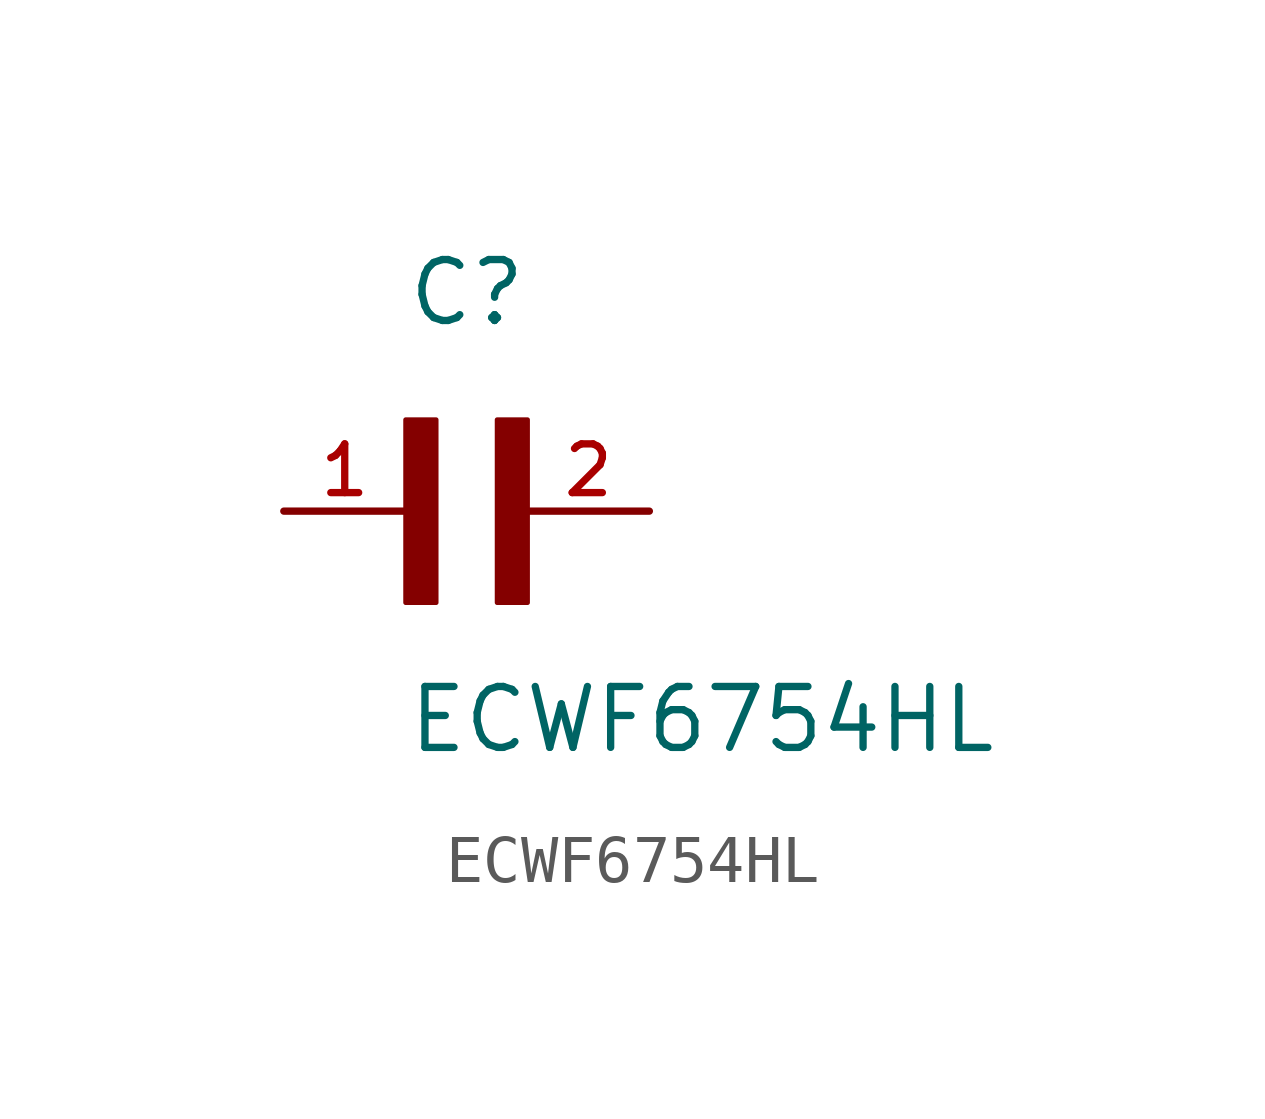
<source format=kicad_sym>
(kicad_symbol_lib
  (version 20220914)
  (generator kicad_symbol_editor)
  (symbol "ECWF6754HL"
    (pin_names
      (offset 1.016))
    (property "Reference" "C"
      (at 0 3.811 0)
      (effects (font (size 1.27 1.27)) (justify left bottom)))
    (property "Value" "ECWF6754HL"
      (at 0 -5.088 0)
      (effects (font (size 1.27 1.27)) (justify left bottom)))
    (symbol "ECWF6754HL_0_0"
      (rectangle (start 0 -1.907) (end 0.635 1.905) (stroke (width 0.1) (type default)) (fill (type outline)))
      (rectangle (start 1.907 -1.907) (end 2.54 1.905) (stroke (width 0.1) (type default)) (fill (type outline)))
      (pin passive line (at -2.54 0 0) (length 2.54) (name "~" (effects (font (size 1.016 1.016)))) (number "1" (effects (font (size 1.016 1.016)))))
      (pin passive line (at 5.08 0 180) (length 2.54) (name "~" (effects (font (size 1.016 1.016)))) (number "2" (effects (font (size 1.016 1.016))))))))
</source>
